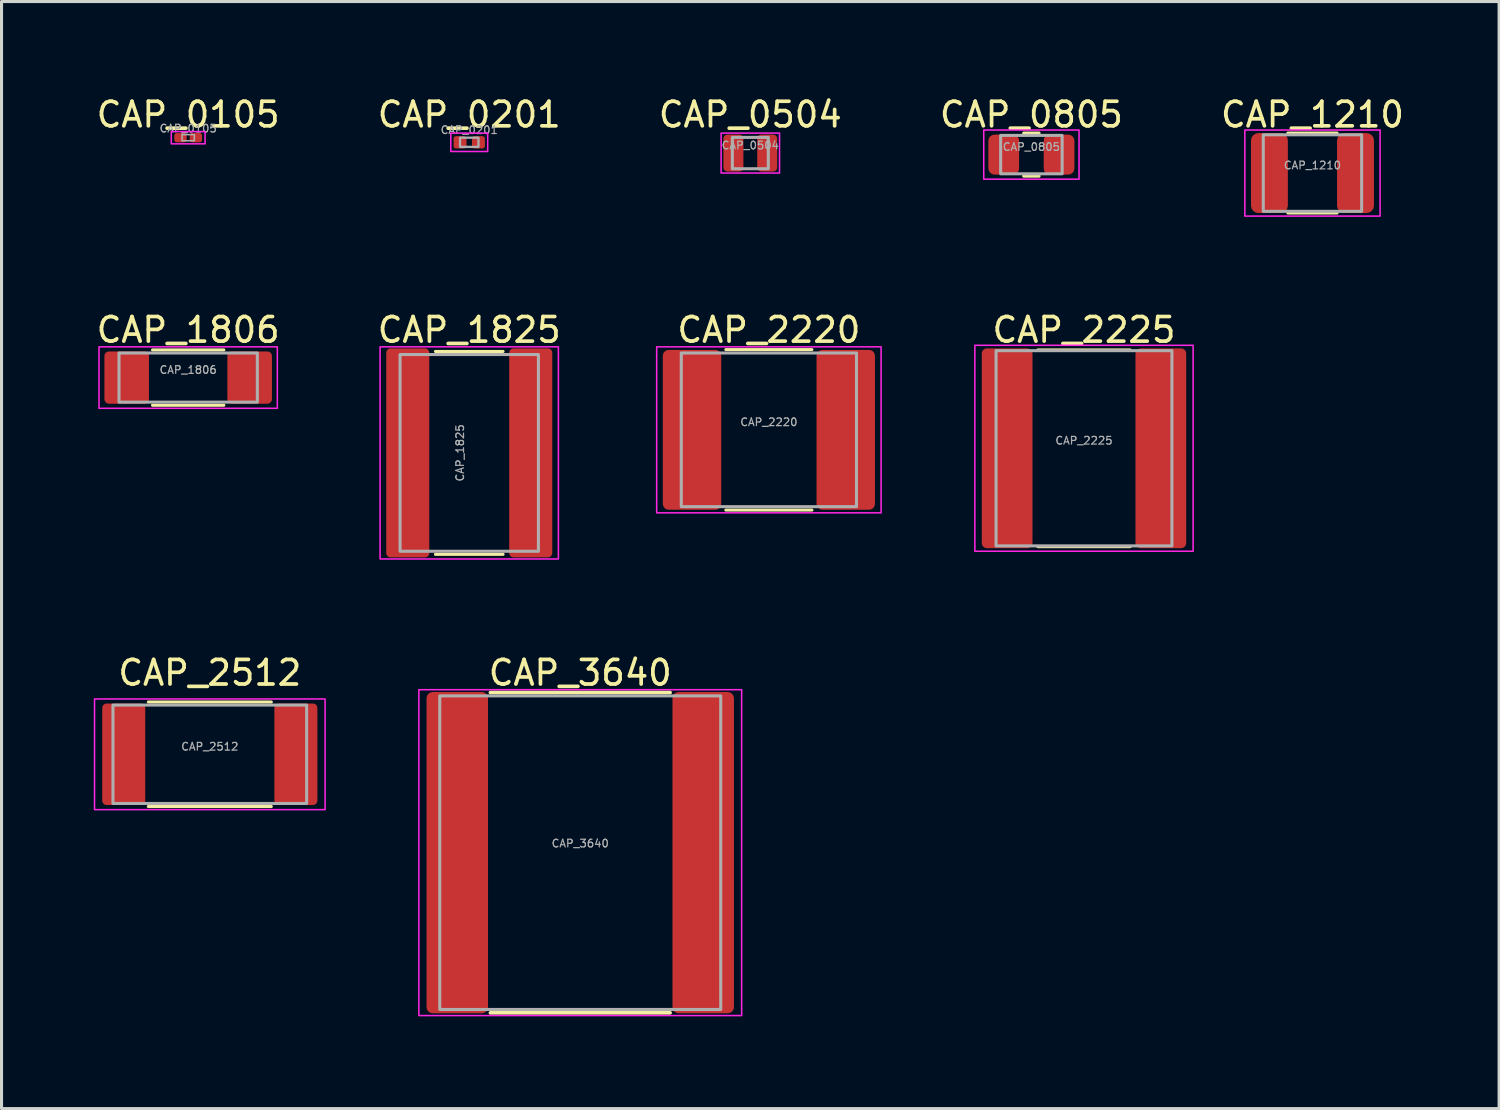
<source format=kicad_pcb>
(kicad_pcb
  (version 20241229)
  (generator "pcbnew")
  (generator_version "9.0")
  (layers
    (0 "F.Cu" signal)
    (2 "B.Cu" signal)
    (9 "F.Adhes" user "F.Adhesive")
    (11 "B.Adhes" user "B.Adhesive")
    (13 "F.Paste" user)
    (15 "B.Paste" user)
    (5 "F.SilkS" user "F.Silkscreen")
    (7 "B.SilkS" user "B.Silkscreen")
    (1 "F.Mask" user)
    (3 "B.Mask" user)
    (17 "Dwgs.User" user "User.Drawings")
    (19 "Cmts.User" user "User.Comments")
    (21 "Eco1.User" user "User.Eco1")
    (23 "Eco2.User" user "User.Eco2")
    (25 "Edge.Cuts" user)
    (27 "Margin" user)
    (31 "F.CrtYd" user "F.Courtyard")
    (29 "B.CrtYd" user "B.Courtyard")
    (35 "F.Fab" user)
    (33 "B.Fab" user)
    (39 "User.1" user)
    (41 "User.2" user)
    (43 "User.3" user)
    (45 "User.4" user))
  (footprint "CAP_1825"
    (layer "F.Cu")
    (at 12.214 11.682)
    (property "Reference" "CAP_1825" (at 0 -4 0) (unlocked yes) (layer "F.SilkS") (effects (font (size 0.8 0.8) (thickness 0.12))))
    (attr smd)
    (fp_line (start -1.1 -3.3) (end 1.1 -3.3) (stroke (width 0.1) (type solid)) (layer "F.SilkS"))
    (fp_line (start -1.1 3.3) (end 1.1 3.3) (stroke (width 0.1) (type solid)) (layer "F.SilkS"))
    (fp_rect (start -2.9 -3.45) (end 2.9 3.45) (stroke (width 0.05) (type default)) (fill no) (layer "F.CrtYd"))
    (fp_rect (start -2.25 -3.2) (end 2.25 3.2) (stroke (width 0.1) (type default)) (fill no) (layer "F.Fab"))
    (fp_text user "${REFERENCE}" (at -0.3 0 90) (layer "F.Fab") (effects (font (size 0.25 0.25) (thickness 0.04))))
    (pad "1" smd roundrect (at -2 0) (size 1.4 6.8) (layers "F.Cu" "F.Mask" "F.Paste") (roundrect_rratio 0.1))
    (pad "2" smd roundrect (at 2 0) (size 1.4 6.8) (layers "F.Cu" "F.Mask" "F.Paste") (roundrect_rratio 0.1)))
  (footprint "CAP_0805"
    (layer "F.Cu")
    (at 30.5 1.979)
    (property "Reference" "CAP_0805" (at 0 -1.3 0) (unlocked yes) (layer "F.SilkS") (effects (font (size 0.8 0.8) (thickness 0.12))))
    (attr smd)
    (fp_line (start -0.25 -0.7) (end 0.25 -0.7) (stroke (width 0.1) (type solid)) (layer "F.SilkS"))
    (fp_line (start -0.25 0.7) (end 0.25 0.7) (stroke (width 0.1) (type solid)) (layer "F.SilkS"))
    (fp_rect (start -1.55 -0.8) (end 1.55 0.8) (stroke (width 0.05) (type default)) (fill no) (layer "F.CrtYd"))
    (fp_rect (start -1 -0.625) (end 1 0.625) (stroke (width 0.1) (type default)) (fill no) (layer "F.Fab"))
    (fp_text user "${REFERENCE}" (at 0 -0.25 0) (layer "F.Fab") (effects (font (size 0.25 0.25) (thickness 0.04))))
    (pad "1" smd roundrect (at -0.9 0) (size 1 1.3) (layers "F.Cu" "F.Mask" "F.Paste") (roundrect_rratio 0.2))
    (pad "2" smd roundrect (at 0.9 0) (size 1 1.3) (layers "F.Cu" "F.Mask" "F.Paste") (roundrect_rratio 0.2)))
  (footprint "CAP_3640"
    (layer "F.Cu")
    (at 15.825 24.686)
    (property "Reference" "CAP_3640" (at 0 -5.85 0) (unlocked yes) (layer "F.SilkS") (effects (font (size 0.8 0.8) (thickness 0.12))))
    (attr smd)
    (fp_line (start -2.922 -5.21) (end 2.922 -5.21) (stroke (width 0.12) (type solid)) (layer "F.SilkS"))
    (fp_line (start -2.922 5.21) (end 2.922 5.21) (stroke (width 0.12) (type solid)) (layer "F.SilkS"))
    (fp_rect (start -5.25 -5.3) (end 5.25 5.3) (stroke (width 0.05) (type default)) (fill no) (layer "F.CrtYd"))
    (fp_rect (start -4.57 -5.1) (end 4.57 5.1) (stroke (width 0.1) (type default)) (fill no) (layer "F.Fab"))
    (fp_text user "${REFERENCE}" (at 0 -0.3 0) (layer "F.Fab") (effects (font (size 0.25 0.25) (thickness 0.04))))
    (pad "1" smd roundrect (at -4 0) (size 2 10.45) (layers "F.Cu" "F.Mask" "F.Paste") (roundrect_rratio 0.1))
    (pad "2" smd roundrect (at 4 0) (size 2 10.45) (layers "F.Cu" "F.Mask" "F.Paste") (roundrect_rratio 0.1)))
  (footprint "CAP_0504"
    (layer "F.Cu")
    (at 21.357 1.929)
    (property "Reference" "CAP_0504" (at 0 -1.25 0) (unlocked yes) (layer "F.SilkS") (effects (font (size 0.8 0.8) (thickness 0.12))))
    (attr smd)
    (fp_rect (start -0.95 -0.65) (end 0.95 0.65) (stroke (width 0.05) (type default)) (fill no) (layer "F.CrtYd"))
    (fp_rect (start -0.585 -0.51) (end 0.585 0.51) (stroke (width 0.1) (type default)) (fill no) (layer "F.Fab"))
    (fp_text user "${REFERENCE}" (at 0 -0.25 0) (layer "F.Fab") (effects (font (size 0.25 0.25) (thickness 0.04))))
    (pad "1" smd roundrect (at -0.55 0) (size 0.65 1.2) (layers "F.Cu" "F.Mask" "F.Paste") (roundrect_rratio 0.2))
    (pad "2" smd roundrect (at 0.55 0) (size 0.65 1.2) (layers "F.Cu" "F.Mask" "F.Paste") (roundrect_rratio 0.2)))
  (footprint "CAP_1806"
    (layer "F.Cu")
    (at 3.071 9.232)
    (property "Reference" "CAP_1806" (at 0 -1.55 0) (unlocked yes) (layer "F.SilkS") (effects (font (size 0.8 0.8) (thickness 0.12))))
    (attr smd)
    (fp_line (start -1.16 -0.9) (end 1.16 -0.9) (stroke (width 0.1) (type solid)) (layer "F.SilkS"))
    (fp_line (start -1.16 0.9) (end 1.16 0.9) (stroke (width 0.1) (type solid)) (layer "F.SilkS"))
    (fp_rect (start -2.9 -1) (end 2.9 1) (stroke (width 0.05) (type default)) (fill no) (layer "F.CrtYd"))
    (fp_rect (start -2.25 -0.8) (end 2.25 0.8) (stroke (width 0.1) (type default)) (fill no) (layer "F.Fab"))
    (fp_text user "${REFERENCE}" (at 0 -0.25 0) (layer "F.Fab") (effects (font (size 0.25 0.25) (thickness 0.04))))
    (pad "1" smd roundrect (at -2 0) (size 1.45 1.7) (layers "F.Cu" "F.Mask" "F.Paste") (roundrect_rratio 0.1))
    (pad "2" smd roundrect (at 2 0) (size 1.45 1.7) (layers "F.Cu" "F.Mask" "F.Paste") (roundrect_rratio 0.1)))
  (footprint "CAP_0201"
    (layer "F.Cu")
    (at 12.214 1.579)
    (property "Reference" "CAP_0201" (at 0 -0.9 0) (unlocked yes) (layer "F.SilkS") (effects (font (size 0.8 0.8) (thickness 0.12))))
    (attr smd)
    (fp_rect (start -0.6 -0.3) (end 0.6 0.3) (stroke (width 0.05) (type default)) (fill no) (layer "F.CrtYd"))
    (fp_rect (start -0.3 -0.15) (end 0.3 0.15) (stroke (width 0.075) (type default)) (fill no) (layer "F.Fab"))
    (fp_text user "${REFERENCE}" (at 0 -0.4 0) (layer "F.Fab") (effects (font (size 0.25 0.25) (thickness 0.04))))
    (pad "1" smd roundrect (at -0.3 0) (size 0.42 0.4) (layers "F.Cu" "F.Mask" "F.Paste") (roundrect_rratio 0.2))
    (pad "2" smd roundrect (at 0.3 0) (size 0.42 0.4) (layers "F.Cu" "F.Mask" "F.Paste") (roundrect_rratio 0.2)))
  (footprint "CAP_2512"
    (layer "F.Cu")
    (at 3.775 21.486)
    (property "Reference" "CAP_2512" (at 0 -2.65 0) (unlocked yes) (layer "F.SilkS") (effects (font (size 0.8 0.8) (thickness 0.12))))
    (attr smd)
    (fp_line (start -2 -1.7) (end 2 -1.7) (stroke (width 0.1) (type solid)) (layer "F.SilkS"))
    (fp_line (start -2 1.7) (end 2 1.7) (stroke (width 0.1) (type solid)) (layer "F.SilkS"))
    (fp_rect (start -3.75 -1.8) (end 3.75 1.8) (stroke (width 0.05) (type default)) (fill no) (layer "F.CrtYd"))
    (fp_rect (start -3.15 -1.6) (end 3.15 1.6) (stroke (width 0.1) (type default)) (fill no) (layer "F.Fab"))
    (fp_text user "${REFERENCE}" (at 0 -0.25 0) (layer "F.Fab") (effects (font (size 0.25 0.25) (thickness 0.04))))
    (pad "1" smd roundrect (at -2.8 0) (size 1.4 3.3) (layers "F.Cu" "F.Mask" "F.Paste") (roundrect_rratio 0.1))
    (pad "2" smd roundrect (at 2.8 0) (size 1.4 3.3) (layers "F.Cu" "F.Mask" "F.Paste") (roundrect_rratio 0.1)))
  (footprint "CAP_2225"
    (layer "F.Cu")
    (at 32.211 11.532)
    (property "Reference" "CAP_2225" (at 0 -3.85 0) (unlocked yes) (layer "F.SilkS") (effects (font (size 0.8 0.8) (thickness 0.12))))
    (attr smd)
    (fp_line (start -1.5 -3.2) (end 1.5 -3.2) (stroke (width 0.1) (type solid)) (layer "F.SilkS"))
    (fp_line (start -1.5 3.2) (end 1.5 3.2) (stroke (width 0.1) (type solid)) (layer "F.SilkS"))
    (fp_rect (start -3.55 -3.35) (end 3.55 3.35) (stroke (width 0.05) (type default)) (fill no) (layer "F.CrtYd"))
    (fp_rect (start -2.86 -3.175) (end 2.86 3.175) (stroke (width 0.1) (type default)) (fill no) (layer "F.Fab"))
    (fp_text user "${REFERENCE}" (at 0 -0.25 0) (layer "F.Fab") (effects (font (size 0.25 0.25) (thickness 0.04))))
    (pad "1" smd roundrect (at -2.5 0) (size 1.65 6.5) (layers "F.Cu" "F.Mask" "F.Paste") (roundrect_rratio 0.1))
    (pad "2" smd roundrect (at 2.5 0) (size 1.65 6.5) (layers "F.Cu" "F.Mask" "F.Paste") (roundrect_rratio 0.1)))
  (footprint "CAP_1210"
    (layer "F.Cu")
    (at 39.643 2.579)
    (property "Reference" "CAP_1210" (at 0 -1.9 0) (unlocked yes) (layer "F.SilkS") (effects (font (size 0.8 0.8) (thickness 0.12))))
    (attr smd)
    (fp_line (start -0.8 -1.3) (end 0.8 -1.3) (stroke (width 0.1) (type solid)) (layer "F.SilkS"))
    (fp_line (start -0.8 1.3) (end 0.8 1.3) (stroke (width 0.1) (type solid)) (layer "F.SilkS"))
    (fp_rect (start -2.2 -1.4) (end 2.2 1.4) (stroke (width 0.05) (type default)) (fill no) (layer "F.CrtYd"))
    (fp_rect (start -1.6 -1.245) (end 1.6 1.245) (stroke (width 0.1) (type default)) (fill no) (layer "F.Fab"))
    (fp_text user "${REFERENCE}" (at 0 -0.25 0) (layer "F.Fab") (effects (font (size 0.25 0.25) (thickness 0.04))))
    (pad "1" smd roundrect (at -1.4 0) (size 1.2 2.6) (layers "F.Cu" "F.Mask" "F.Paste") (roundrect_rratio 0.2))
    (pad "2" smd roundrect (at 1.4 0) (size 1.2 2.6) (layers "F.Cu" "F.Mask" "F.Paste") (roundrect_rratio 0.2)))
  (footprint "CAP_2220"
    (layer "F.Cu")
    (at 21.961 10.932)
    (property "Reference" "CAP_2220" (at 0 -3.25 0) (unlocked yes) (layer "F.SilkS") (effects (font (size 0.8 0.8) (thickness 0.12))))
    (attr smd)
    (fp_line (start -1.4 -2.61) (end 1.4 -2.61) (stroke (width 0.1) (type solid)) (layer "F.SilkS"))
    (fp_line (start -1.4 2.61) (end 1.4 2.61) (stroke (width 0.1) (type solid)) (layer "F.SilkS"))
    (fp_rect (start -3.65 -2.7) (end 3.65 2.7) (stroke (width 0.05) (type default)) (fill no) (layer "F.CrtYd"))
    (fp_rect (start -2.85 -2.5) (end 2.85 2.5) (stroke (width 0.1) (type default)) (fill no) (layer "F.Fab"))
    (fp_text user "${REFERENCE}" (at 0 -0.25 0) (layer "F.Fab") (effects (font (size 0.25 0.25) (thickness 0.04))))
    (pad "1" smd roundrect (at -2.5 0) (size 1.9 5.2) (layers "F.Cu" "F.Mask" "F.Paste") (roundrect_rratio 0.1))
    (pad "2" smd roundrect (at 2.5 0) (size 1.9 5.2) (layers "F.Cu" "F.Mask" "F.Paste") (roundrect_rratio 0.1)))
  (footprint "CAP_0105"
    (layer "F.Cu")
    (at 3.071 1.429)
    (property "Reference" "CAP_0105" (at 0 -0.75 0) (unlocked yes) (layer "F.SilkS") (effects (font (size 0.8 0.8) (thickness 0.12))))
    (attr smd)
    (fp_rect (start -0.55 -0.2) (end 0.55 0.2) (stroke (width 0.05) (type default)) (fill no) (layer "F.CrtYd"))
    (fp_rect (start -0.2 -0.1) (end 0.2 0.1) (stroke (width 0.05) (type default)) (fill no) (layer "F.Fab"))
    (fp_text user "${REFERENCE}" (at 0 -0.3 0) (layer "F.Fab") (effects (font (size 0.25 0.25) (thickness 0.04))))
    (pad "1" smd roundrect (at -0.25 0) (size 0.4 0.3) (layers "F.Cu" "F.Mask" "F.Paste") (roundrect_rratio 0.25))
    (pad "2" smd roundrect (at 0.25 0) (size 0.4 0.3) (layers "F.Cu" "F.Mask" "F.Paste") (roundrect_rratio 0.25)))
  (gr_rect
    (start -3 -3)
    (end 45.714 33.011)
    (stroke (width 0.1) (type default))
    (fill no)
    (layer "Edge.Cuts")))
</source>
